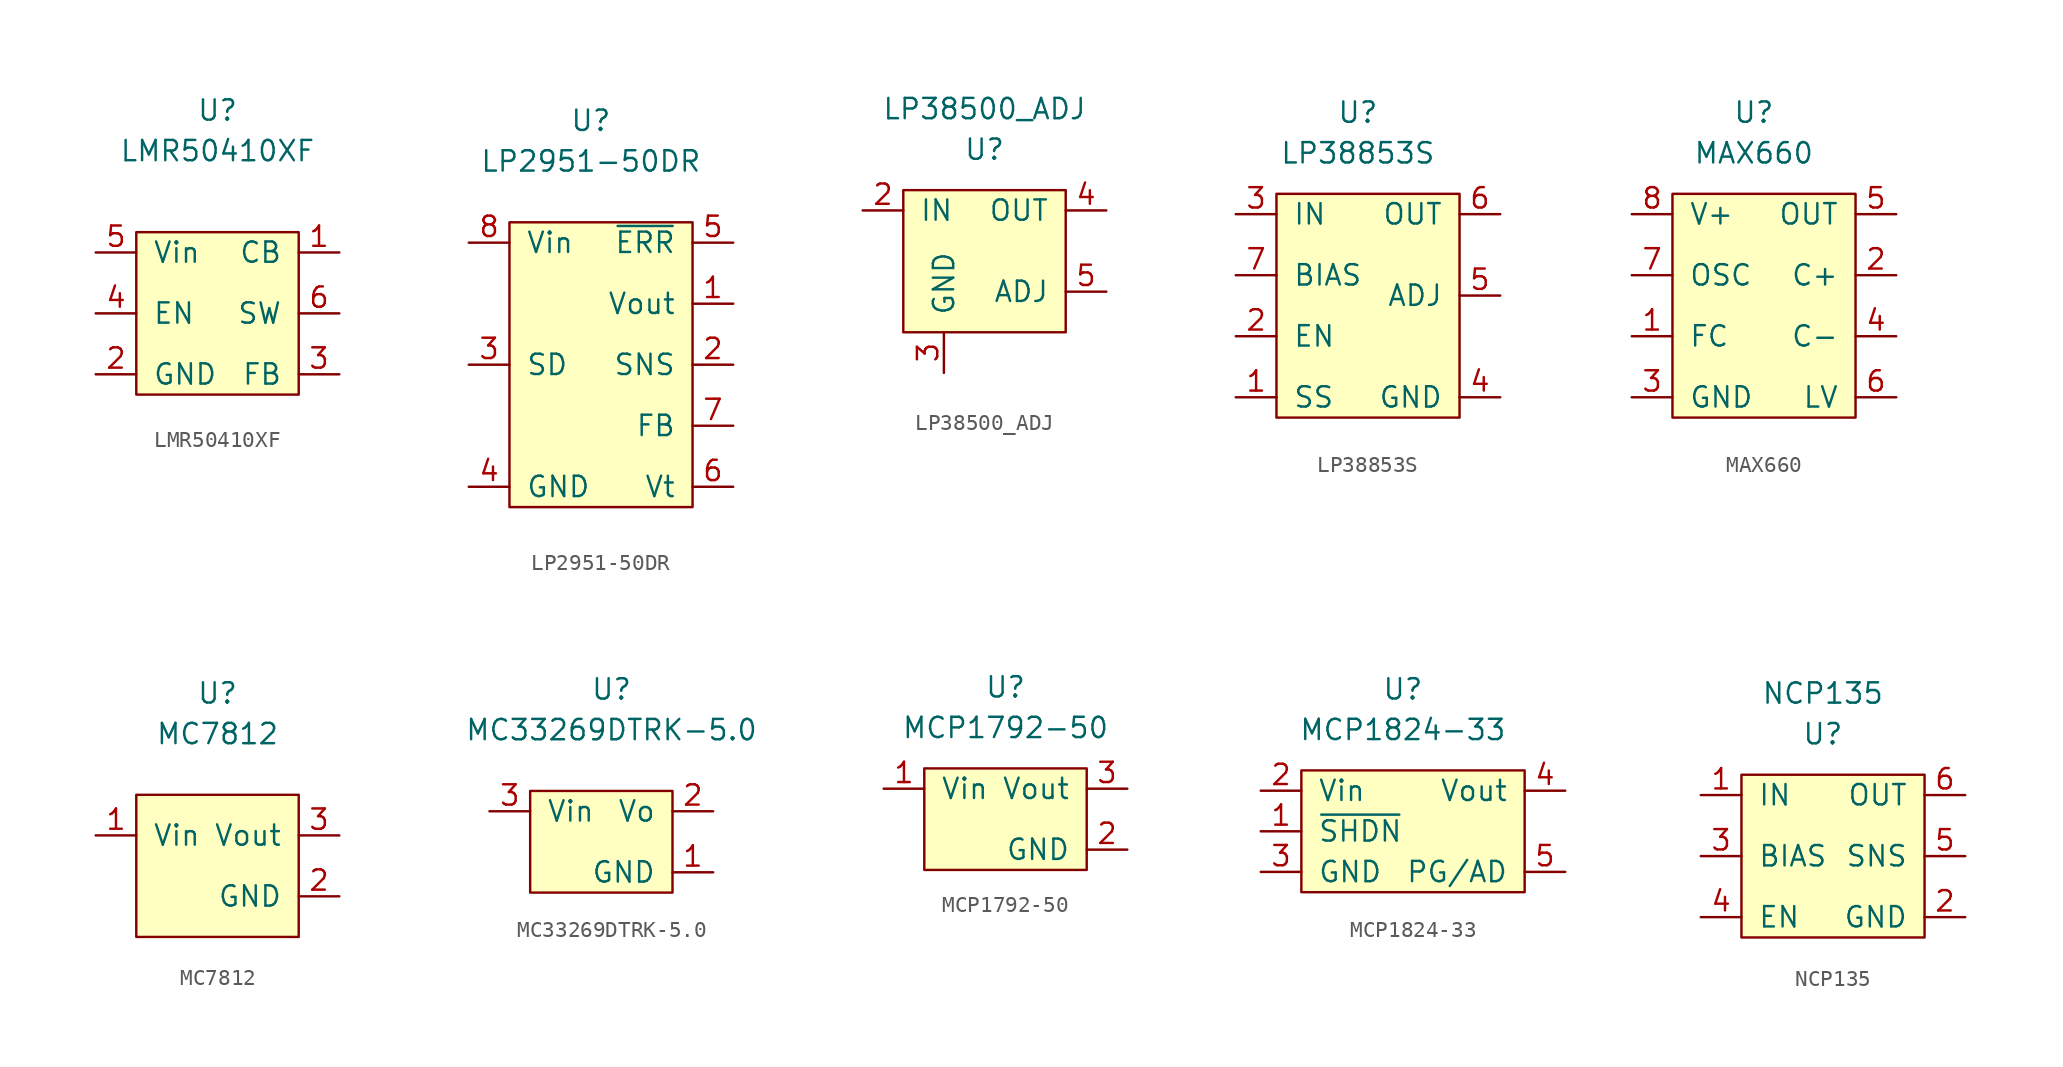
<source format=kicad_sym>
(kicad_symbol_lib
  (version 20211014)
  (generator kicad_symbol_editor)
  (symbol "LMR50410XF"
    (pin_names
      (offset 1.016))
    (property "Reference" "U"
      (at 0 12.7 0)
      (effects (font (size 1.27 1.27))))
    (property "Value" "LMR50410XF"
      (at 0 10.16 0)
      (effects (font (size 1.27 1.27))))
    (symbol "LMR50410XF_0_0"
      (pin passive line (at 7.62 3.81 180) (length 2.54) (name "CB" (effects (font (size 1.27 1.27)))) (number "1" (effects (font (size 1.27 1.27)))))
      (pin power_in line (at -7.62 -3.81 0) (length 2.54) (name "GND" (effects (font (size 1.27 1.27)))) (number "2" (effects (font (size 1.27 1.27)))))
      (pin passive line (at 7.62 -3.81 180) (length 2.54) (name "FB" (effects (font (size 1.27 1.27)))) (number "3" (effects (font (size 1.27 1.27)))))
      (pin passive line (at -7.62 0 0) (length 2.54) (name "EN" (effects (font (size 1.27 1.27)))) (number "4" (effects (font (size 1.27 1.27)))))
      (pin passive line (at -7.62 3.81 0) (length 2.54) (name "Vin" (effects (font (size 1.27 1.27)))) (number "5" (effects (font (size 1.27 1.27)))))
      (pin passive line (at 7.62 0 180) (length 2.54) (name "SW" (effects (font (size 1.27 1.27)))) (number "6" (effects (font (size 1.27 1.27))))))
    (symbol "LMR50410XF_0_1"
      (rectangle (start -5.08 5.08) (end 5.08 -5.08) (stroke (width 0) (type default) (color 0 0 0 0)) (fill (type background)))))
  (symbol "LP2951-50DR"
    (pin_names
      (offset 1.016))
    (property "Reference" "U"
      (at 0 13.97 0)
      (effects (font (size 1.27 1.27))))
    (property "Value" "LP2951-50DR"
      (at 0 11.43 0)
      (effects (font (size 1.27 1.27))))
    (symbol "LP2951-50DR_0_0"
      (pin power_out line (at 8.89 2.54 180) (length 2.54) (name "Vout" (effects (font (size 1.27 1.27)))) (number "1" (effects (font (size 1.27 1.27)))))
      (pin input line (at 8.89 -1.27 180) (length 2.54) (name "SNS" (effects (font (size 1.27 1.27)))) (number "2" (effects (font (size 1.27 1.27)))))
      (pin input line (at -7.62 -1.27 0) (length 2.54) (name "SD" (effects (font (size 1.27 1.27)))) (number "3" (effects (font (size 1.27 1.27)))))
      (pin power_out line (at -7.62 -8.89 0) (length 2.54) (name "GND" (effects (font (size 1.27 1.27)))) (number "4" (effects (font (size 1.27 1.27)))))
      (pin output line (at 8.89 6.35 180) (length 2.54) (name "~{ERR}" (effects (font (size 1.27 1.27)))) (number "5" (effects (font (size 1.27 1.27)))))
      (pin output line (at 8.89 -8.89 180) (length 2.54) (name "Vt" (effects (font (size 1.27 1.27)))) (number "6" (effects (font (size 1.27 1.27)))))
      (pin input line (at 8.89 -5.08 180) (length 2.54) (name "FB" (effects (font (size 1.27 1.27)))) (number "7" (effects (font (size 1.27 1.27)))))
      (pin power_in line (at -7.62 6.35 0) (length 2.54) (name "Vin" (effects (font (size 1.27 1.27)))) (number "8" (effects (font (size 1.27 1.27))))))
    (symbol "LP2951-50DR_0_1"
      (rectangle (start -5.08 7.62) (end 6.35 -10.16) (stroke (width 0) (type default) (color 0 0 0 0)) (fill (type background)))))
  (symbol "LP38500_ADJ"
    (pin_names
      (offset 1.016))
    (property "Reference" "U"
      (at 0 6.35 0)
      (effects (font (size 1.27 1.27))))
    (property "Value" "LP38500_ADJ"
      (at 0 8.89 0)
      (effects (font (size 1.27 1.27))))
    (symbol "LP38500_ADJ_0_0"
      (pin power_in line (at -7.62 2.54 0) (length 2.54) (name "IN" (effects (font (size 1.27 1.27)))) (number "2" (effects (font (size 1.27 1.27)))))
      (pin power_in line (at -2.54 -7.62 90) (length 2.54) (name "GND" (effects (font (size 1.27 1.27)))) (number "3" (effects (font (size 1.27 1.27)))))
      (pin power_out line (at 7.62 2.54 180) (length 2.54) (name "OUT" (effects (font (size 1.27 1.27)))) (number "4" (effects (font (size 1.27 1.27)))))
      (pin passive line (at 7.62 -2.54 180) (length 2.54) (name "ADJ" (effects (font (size 1.27 1.27)))) (number "5" (effects (font (size 1.27 1.27))))))
    (symbol "LP38500_ADJ_0_1"
      (rectangle (start -5.08 3.81) (end 5.08 -5.08) (stroke (width 0) (type default) (color 0 0 0 0)) (fill (type background)))))
  (symbol "LP38853S"
    (pin_names
      (offset 1.016))
    (property "Reference" "U"
      (at 0 12.7 0)
      (effects (font (size 1.27 1.27))))
    (property "Value" "LP38853S"
      (at 0 10.16 0)
      (effects (font (size 1.27 1.27))))
    (symbol "LP38853S_0_0"
      (pin passive line (at -7.62 -5.08 0) (length 2.54) (name "SS" (effects (font (size 1.27 1.27)))) (number "1" (effects (font (size 1.27 1.27)))))
      (pin input line (at -7.62 -1.27 0) (length 2.54) (name "EN" (effects (font (size 1.27 1.27)))) (number "2" (effects (font (size 1.27 1.27)))))
      (pin power_in line (at -7.62 6.35 0) (length 2.54) (name "IN" (effects (font (size 1.27 1.27)))) (number "3" (effects (font (size 1.27 1.27)))))
      (pin power_in line (at 8.89 -5.08 180) (length 2.54) (name "GND" (effects (font (size 1.27 1.27)))) (number "4" (effects (font (size 1.27 1.27)))))
      (pin passive line (at 8.89 1.27 180) (length 2.54) (name "ADJ" (effects (font (size 1.27 1.27)))) (number "5" (effects (font (size 1.27 1.27)))))
      (pin power_out line (at 8.89 6.35 180) (length 2.54) (name "OUT" (effects (font (size 1.27 1.27)))) (number "6" (effects (font (size 1.27 1.27)))))
      (pin passive line (at -7.62 2.54 0) (length 2.54) (name "BIAS" (effects (font (size 1.27 1.27)))) (number "7" (effects (font (size 1.27 1.27))))))
    (symbol "LP38853S_0_1"
      (rectangle (start -5.08 7.62) (end 6.35 -6.35) (stroke (width 0) (type default) (color 0 0 0 0)) (fill (type background)))))
  (symbol "MAX660"
    (pin_names
      (offset 1.016))
    (property "Reference" "U"
      (at 0 10.16 0)
      (effects (font (size 1.27 1.27))))
    (property "Value" "MAX660"
      (at 0 7.62 0)
      (effects (font (size 1.27 1.27))))
    (symbol "MAX660_0_0"
      (pin input line (at -7.62 -3.81 0) (length 2.54) (name "FC" (effects (font (size 1.27 1.27)))) (number "1" (effects (font (size 1.27 1.27)))))
      (pin bidirectional line (at 8.89 0 180) (length 2.54) (name "C+" (effects (font (size 1.27 1.27)))) (number "2" (effects (font (size 1.27 1.27)))))
      (pin power_in line (at -7.62 -7.62 0) (length 2.54) (name "GND" (effects (font (size 1.27 1.27)))) (number "3" (effects (font (size 1.27 1.27)))))
      (pin bidirectional line (at 8.89 -3.81 180) (length 2.54) (name "C-" (effects (font (size 1.27 1.27)))) (number "4" (effects (font (size 1.27 1.27)))))
      (pin power_out line (at 8.89 3.81 180) (length 2.54) (name "OUT" (effects (font (size 1.27 1.27)))) (number "5" (effects (font (size 1.27 1.27)))))
      (pin input line (at 8.89 -7.62 180) (length 2.54) (name "LV" (effects (font (size 1.27 1.27)))) (number "6" (effects (font (size 1.27 1.27)))))
      (pin input line (at -7.62 0 0) (length 2.54) (name "OSC" (effects (font (size 1.27 1.27)))) (number "7" (effects (font (size 1.27 1.27)))))
      (pin power_in line (at -7.62 3.81 0) (length 2.54) (name "V+" (effects (font (size 1.27 1.27)))) (number "8" (effects (font (size 1.27 1.27))))))
    (symbol "MAX660_0_1"
      (rectangle (start -5.08 5.08) (end 6.35 -8.89) (stroke (width 0) (type default) (color 0 0 0 0)) (fill (type background)))))
  (symbol "MC7812"
    (pin_names
      (offset 1.016))
    (property "Reference" "U"
      (at 0 11.43 0)
      (effects (font (size 1.27 1.27))))
    (property "Value" "MC7812"
      (at 0 8.89 0)
      (effects (font (size 1.27 1.27))))
    (symbol "MC7812_0_0"
      (pin power_in line (at -7.62 2.54 0) (length 2.54) (name "Vin" (effects (font (size 1.27 1.27)))) (number "1" (effects (font (size 1.27 1.27)))))
      (pin power_in line (at 7.62 -1.27 180) (length 2.54) (name "GND" (effects (font (size 1.27 1.27)))) (number "2" (effects (font (size 1.27 1.27)))))
      (pin power_out line (at 7.62 2.54 180) (length 2.54) (name "Vout" (effects (font (size 1.27 1.27)))) (number "3" (effects (font (size 1.27 1.27))))))
    (symbol "MC7812_0_1"
      (rectangle (start -5.08 5.08) (end 5.08 -3.81) (stroke (width 0) (type default) (color 0 0 0 0)) (fill (type background)))))
  (symbol "MC33269DTRK-5.0"
    (pin_names
      (offset 1.016))
    (property "Reference" "U"
      (at 0 7.62 0)
      (effects (font (size 1.27 1.27))))
    (property "Value" "MC33269DTRK-5.0"
      (at 0 5.08 0)
      (effects (font (size 1.27 1.27))))
    (symbol "MC33269DTRK-5.0_0_0"
      (pin bidirectional line (at 6.35 -3.81 180) (length 2.54) (name "GND" (effects (font (size 1.27 1.27)))) (number "1" (effects (font (size 1.27 1.27)))))
      (pin power_out line (at 6.35 0 180) (length 2.54) (name "Vo" (effects (font (size 1.27 1.27)))) (number "2" (effects (font (size 1.27 1.27)))))
      (pin power_in line (at -7.62 0 0) (length 2.54) (name "Vin" (effects (font (size 1.27 1.27)))) (number "3" (effects (font (size 1.27 1.27))))))
    (symbol "MC33269DTRK-5.0_0_1"
      (rectangle (start -5.08 1.27) (end 3.81 -5.08) (stroke (width 0) (type default) (color 0 0 0 0)) (fill (type background)))))
  (symbol "MCP1792-50"
    (pin_names
      (offset 1.016))
    (property "Reference" "U"
      (at 0 8.89 0)
      (effects (font (size 1.27 1.27))))
    (property "Value" "MCP1792-50"
      (at 0 6.35 0)
      (effects (font (size 1.27 1.27))))
    (symbol "MCP1792-50_0_0"
      (pin power_in line (at -7.62 2.54 0) (length 2.54) (name "Vin" (effects (font (size 1.27 1.27)))) (number "1" (effects (font (size 1.27 1.27)))))
      (pin power_in line (at 7.62 -1.27 180) (length 2.54) (name "GND" (effects (font (size 1.27 1.27)))) (number "2" (effects (font (size 1.27 1.27)))))
      (pin power_out line (at 7.62 2.54 180) (length 2.54) (name "Vout" (effects (font (size 1.27 1.27)))) (number "3" (effects (font (size 1.27 1.27))))))
    (symbol "MCP1792-50_0_1"
      (rectangle (start -5.08 3.81) (end 5.08 -2.54) (stroke (width 0) (type default) (color 0 0 0 0)) (fill (type background)))))
  (symbol "MCP1824-33"
    (pin_names
      (offset 1.016))
    (property "Reference" "U"
      (at 0 8.89 0)
      (effects (font (size 1.27 1.27))))
    (property "Value" "MCP1824-33"
      (at 0 6.35 0)
      (effects (font (size 1.27 1.27))))
    (symbol "MCP1824-33_0_0"
      (pin passive line (at -8.89 0 0) (length 2.54) (name "~{SHDN}" (effects (font (size 1.27 1.27)))) (number "1" (effects (font (size 1.27 1.27)))))
      (pin power_in line (at -8.89 2.54 0) (length 2.54) (name "Vin" (effects (font (size 1.27 1.27)))) (number "2" (effects (font (size 1.27 1.27)))))
      (pin power_in line (at -8.89 -2.54 0) (length 2.54) (name "GND" (effects (font (size 1.27 1.27)))) (number "3" (effects (font (size 1.27 1.27)))))
      (pin power_out line (at 10.16 2.54 180) (length 2.54) (name "Vout" (effects (font (size 1.27 1.27)))) (number "4" (effects (font (size 1.27 1.27)))))
      (pin passive line (at 10.16 -2.54 180) (length 2.54) (name "PG/AD" (effects (font (size 1.27 1.27)))) (number "5" (effects (font (size 1.27 1.27)))))
      (pin power_in line (at -8.89 -2.54 0) (length 2.54) hide (name "GND" (effects (font (size 1.27 1.27)))) (number "6" (effects (font (size 1.27 1.27))))))
    (symbol "MCP1824-33_0_1"
      (rectangle (start -6.35 3.81) (end 7.62 -3.81) (stroke (width 0) (type default) (color 0 0 0 0)) (fill (type background)))))
  (symbol "NCP135"
    (pin_names
      (offset 1.016))
    (property "Reference" "U"
      (at 0 6.35 0)
      (effects (font (size 1.27 1.27))))
    (property "Value" "NCP135"
      (at 0 8.89 0)
      (effects (font (size 1.27 1.27))))
    (symbol "NCP135_0_0"
      (pin power_in line (at -7.62 2.54 0) (length 2.54) (name "IN" (effects (font (size 1.27 1.27)))) (number "1" (effects (font (size 1.27 1.27)))))
      (pin power_in line (at 8.89 -5.08 180) (length 2.54) (name "GND" (effects (font (size 1.27 1.27)))) (number "2" (effects (font (size 1.27 1.27)))))
      (pin passive line (at -7.62 -1.27 0) (length 2.54) (name "BIAS" (effects (font (size 1.27 1.27)))) (number "3" (effects (font (size 1.27 1.27)))))
      (pin passive line (at -7.62 -5.08 0) (length 2.54) (name "EN" (effects (font (size 1.27 1.27)))) (number "4" (effects (font (size 1.27 1.27)))))
      (pin passive line (at 8.89 -1.27 180) (length 2.54) (name "SNS" (effects (font (size 1.27 1.27)))) (number "5" (effects (font (size 1.27 1.27)))))
      (pin power_out line (at 8.89 2.54 180) (length 2.54) (name "OUT" (effects (font (size 1.27 1.27)))) (number "6" (effects (font (size 1.27 1.27)))))
      (pin power_in line (at 8.89 -5.08 180) (length 2.54) hide (name "GND" (effects (font (size 1.27 1.27)))) (number "7" (effects (font (size 1.27 1.27))))))
    (symbol "NCP135_0_1"
      (rectangle (start -5.08 3.81) (end 6.35 -6.35) (stroke (width 0) (type default) (color 0 0 0 0)) (fill (type background))))))
</source>
